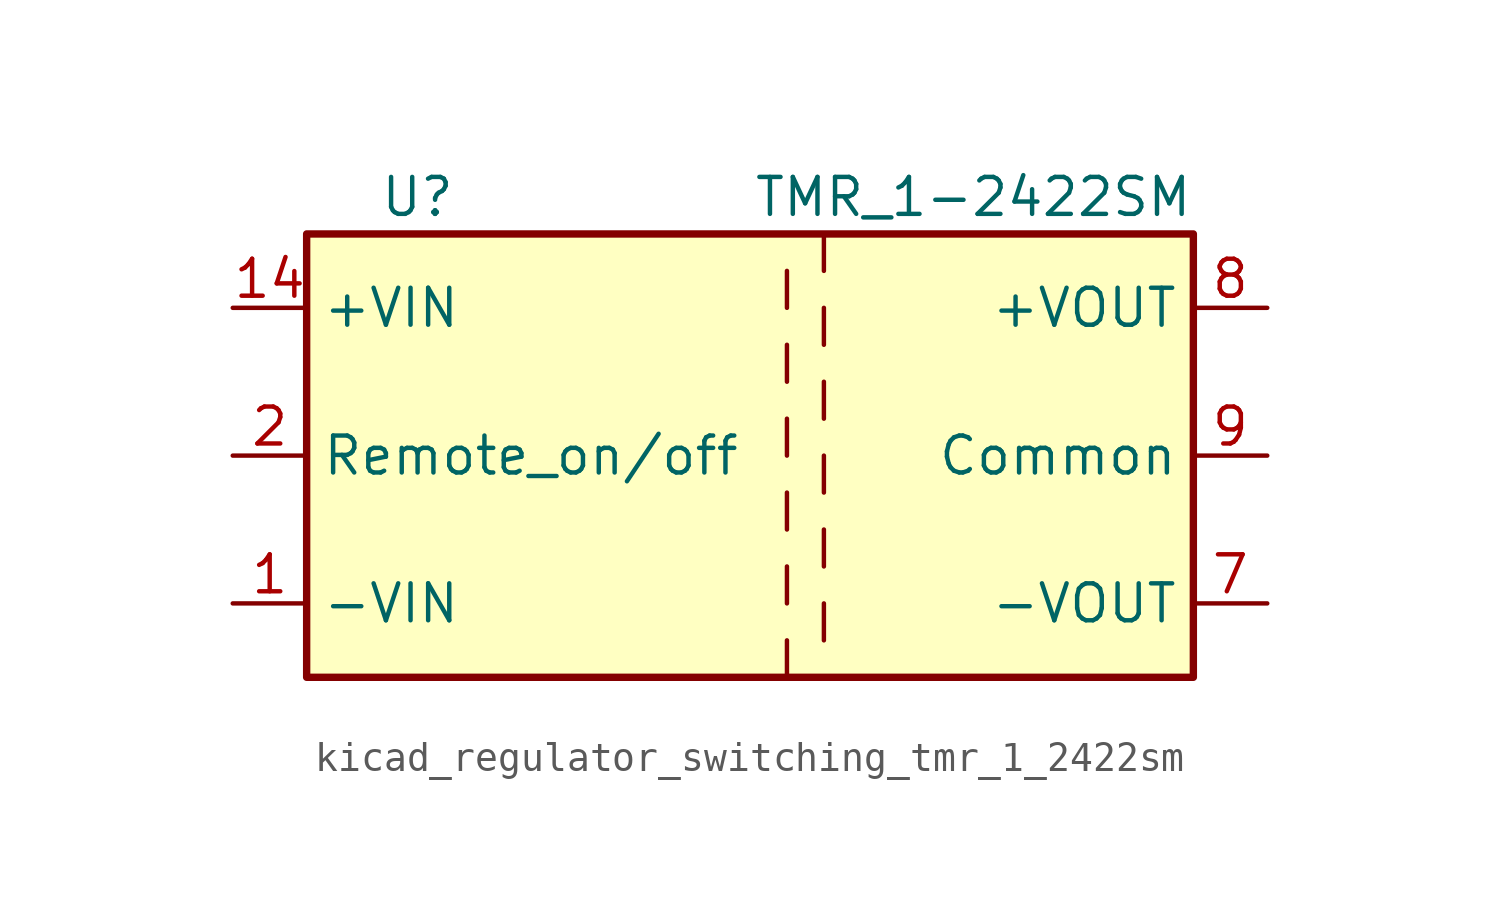
<source format=kicad_sym>
(kicad_symbol_lib
  (version 20220914)
  (generator kicad_symbol_editor)
  (symbol "kicad_regulator_switching_tmr_1_2422sm"
    (property "Reference" "U"
      (at -11.43 8.89 0)
      (effects (font (size 1.27 1.27))))
    (property "Value" "TMR_1-2422SM"
      (at 15.24 8.89 0)
      (effects (font (size 1.27 1.27)) (justify right)))
    (symbol "kicad_regulator_switching_tmr_1_2422sm_0_1"
      (rectangle (start -15.24 7.62) (end 15.24 -7.62) (stroke (width 0.254) (type default)) (fill (type background)))
      (polyline (pts (xy 1.27 -6.35) (xy 1.27 -7.62)) (stroke (width 0) (type default)) (fill (type none)))
      (polyline (pts (xy 1.27 -3.81) (xy 1.27 -5.08)) (stroke (width 0) (type default)) (fill (type none)))
      (polyline (pts (xy 1.27 -1.27) (xy 1.27 -2.54)) (stroke (width 0) (type default)) (fill (type none)))
      (polyline (pts (xy 1.27 1.27) (xy 1.27 0)) (stroke (width 0) (type default)) (fill (type none)))
      (polyline (pts (xy 1.27 3.81) (xy 1.27 2.54)) (stroke (width 0) (type default)) (fill (type none)))
      (polyline (pts (xy 1.27 6.35) (xy 1.27 5.08)) (stroke (width 0) (type default)) (fill (type none)))
      (polyline (pts (xy 2.54 -5.08) (xy 2.54 -6.35)) (stroke (width 0) (type default)) (fill (type none)))
      (polyline (pts (xy 2.54 -2.54) (xy 2.54 -3.81)) (stroke (width 0) (type default)) (fill (type none)))
      (polyline (pts (xy 2.54 0) (xy 2.54 -1.27)) (stroke (width 0) (type default)) (fill (type none)))
      (polyline (pts (xy 2.54 2.54) (xy 2.54 1.27)) (stroke (width 0) (type default)) (fill (type none)))
      (polyline (pts (xy 2.54 5.08) (xy 2.54 3.81)) (stroke (width 0) (type default)) (fill (type none)))
      (polyline (pts (xy 2.54 7.62) (xy 2.54 6.35)) (stroke (width 0) (type default)) (fill (type none))))
    (symbol "kicad_regulator_switching_tmr_1_2422sm_1_1"
      (pin power_in line (at -17.78 -5.08 0) (length 2.54) (name "-VIN" (effects (font (size 1.27 1.27)))) (number "1" (effects (font (size 1.27 1.27)))))
      (pin power_in line (at -17.78 5.08 0) (length 2.54) (name "+VIN" (effects (font (size 1.27 1.27)))) (number "14" (effects (font (size 1.27 1.27)))))
      (pin input line (at -17.78 0 0) (length 2.54) (name "Remote_on/off" (effects (font (size 1.27 1.27)))) (number "2" (effects (font (size 1.27 1.27)))))
      (pin passive line (at 17.78 0 180) (length 2.54) hide (name "Common" (effects (font (size 1.27 1.27)))) (number "6" (effects (font (size 1.27 1.27)))))
      (pin power_out line (at 17.78 -5.08 180) (length 2.54) (name "-VOUT" (effects (font (size 1.27 1.27)))) (number "7" (effects (font (size 1.27 1.27)))))
      (pin power_out line (at 17.78 5.08 180) (length 2.54) (name "+VOUT" (effects (font (size 1.27 1.27)))) (number "8" (effects (font (size 1.27 1.27)))))
      (pin power_out line (at 17.78 0 180) (length 2.54) (name "Common" (effects (font (size 1.27 1.27)))) (number "9" (effects (font (size 1.27 1.27))))))))
</source>
